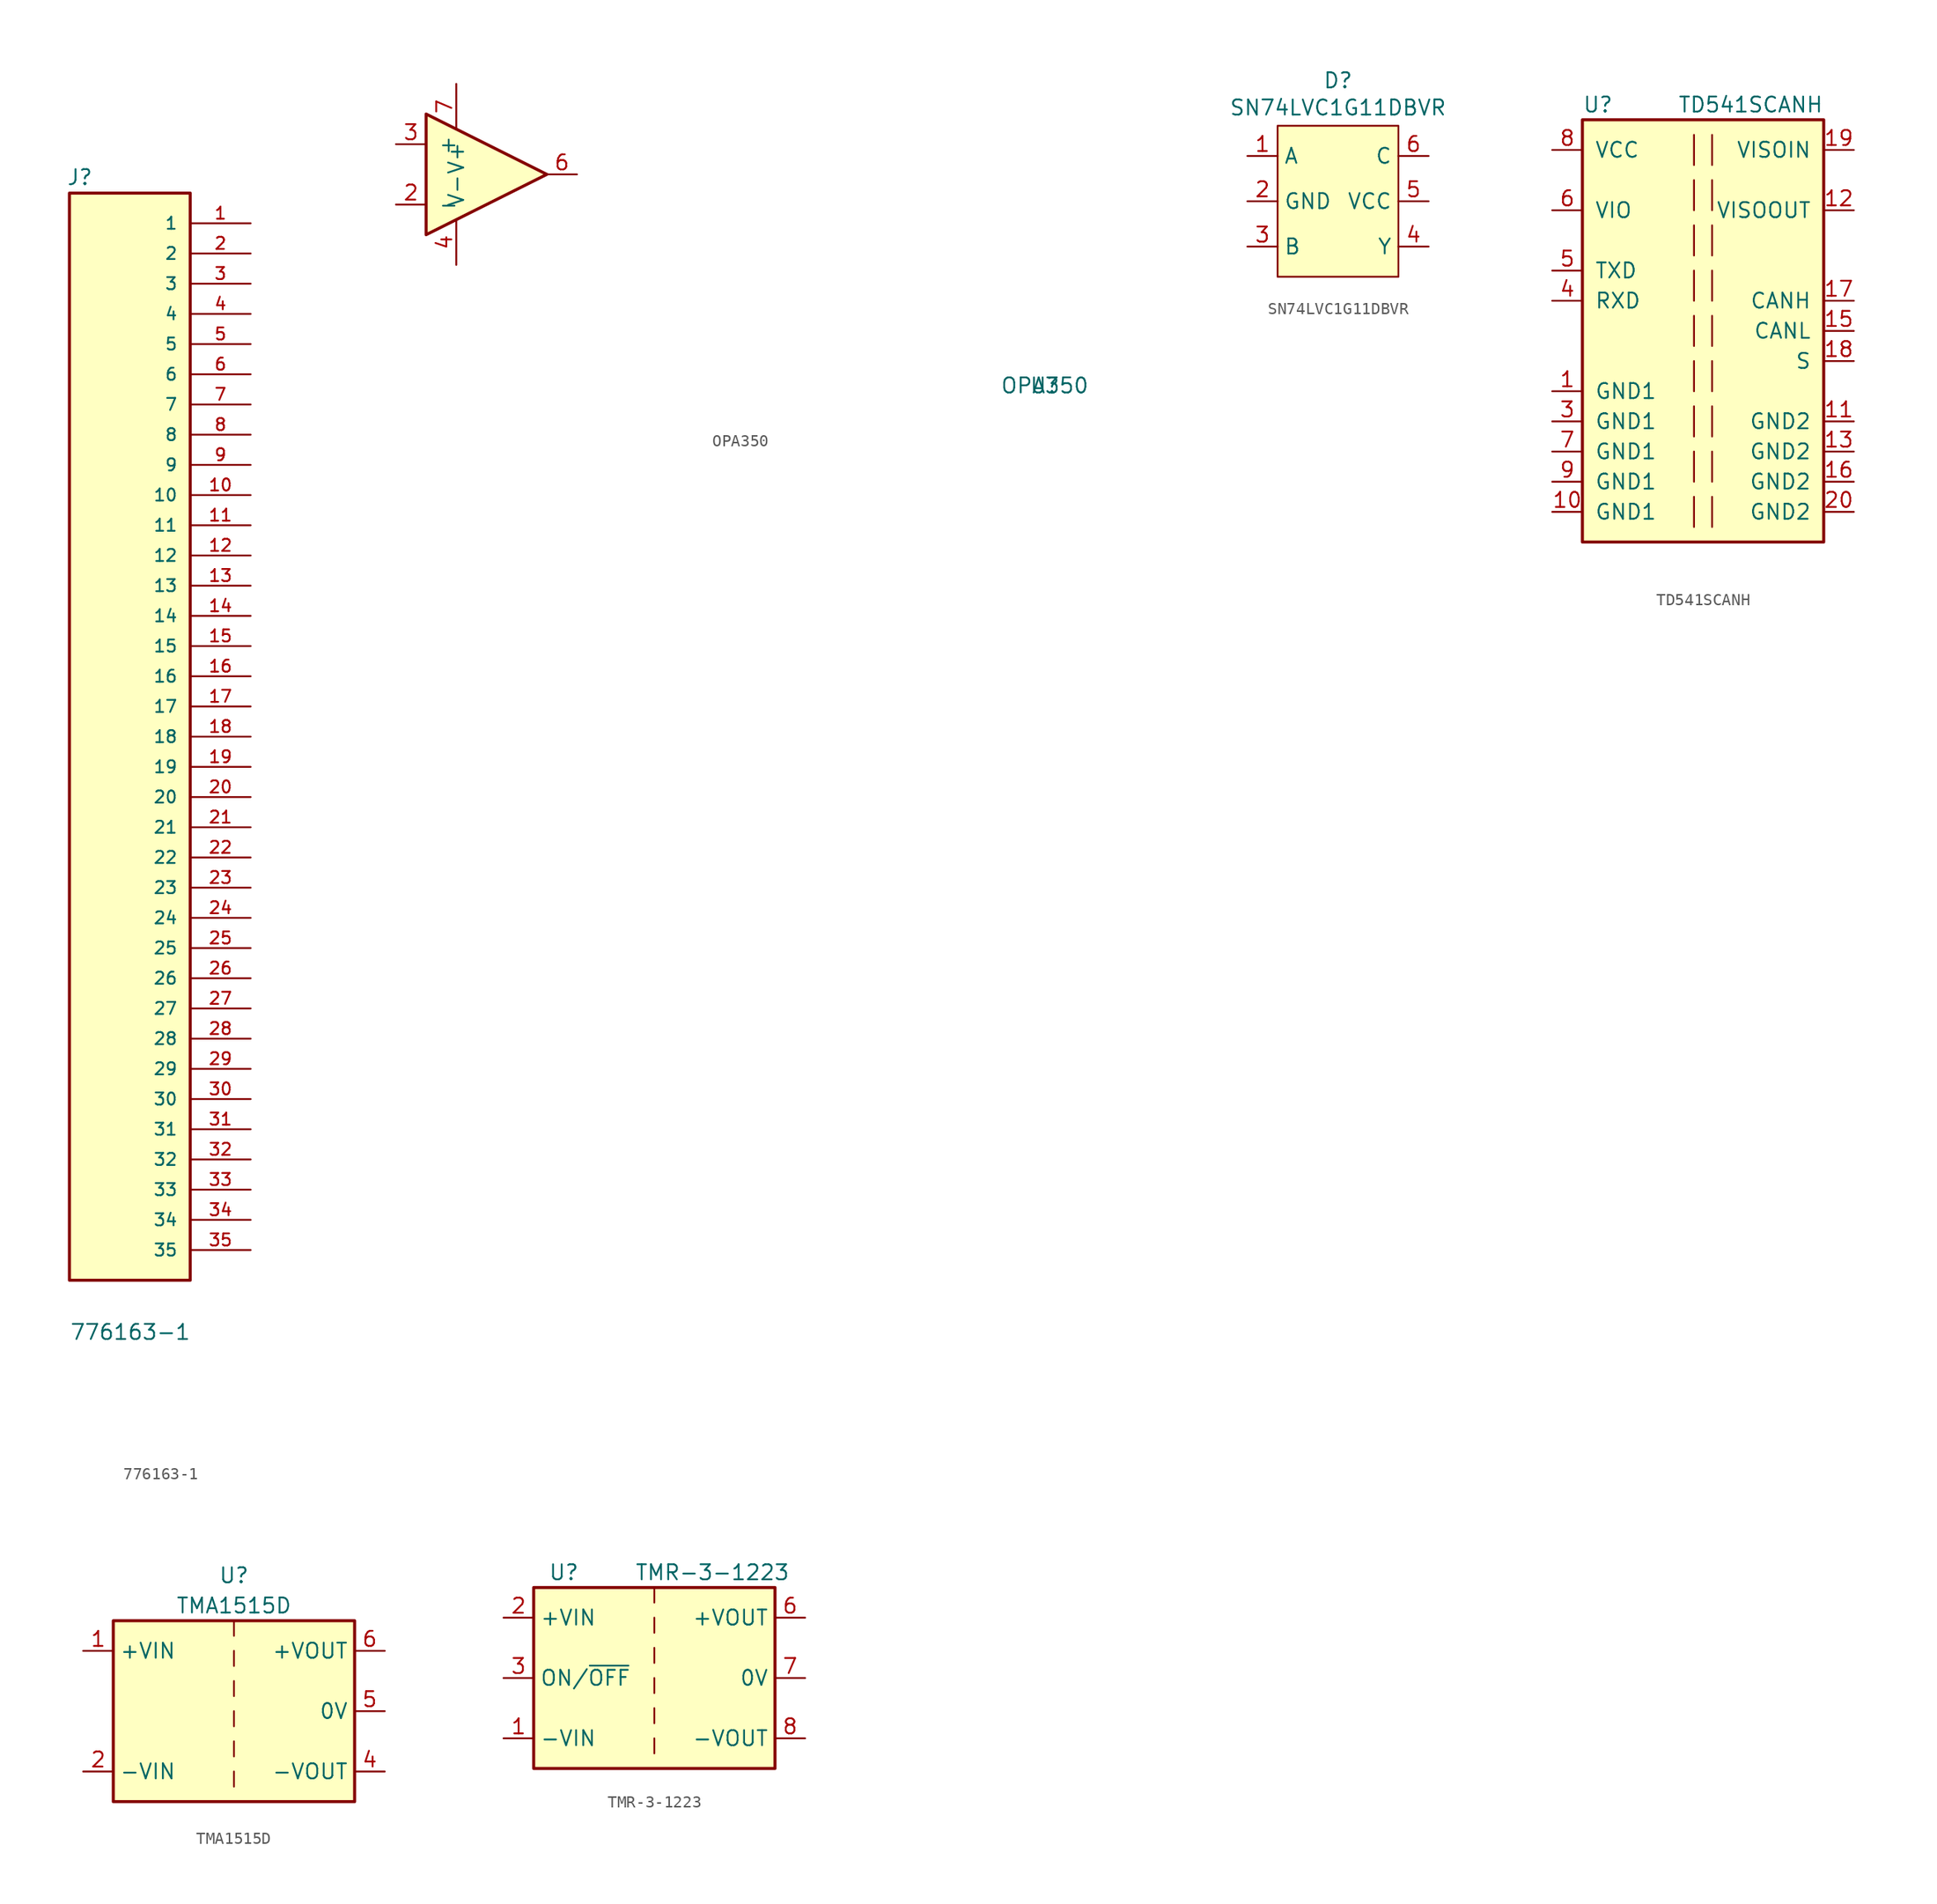
<source format=kicad_sym>
(kicad_symbol_lib
  (version 20231120)
  (generator "kicad_symbol_editor")
  (generator_version "8.0")
  (symbol "776163-1"
    (pin_names
      (offset 1.016))
    (property "Reference" "J"
      (at -5.334 46.304 0)
      (effects (font (size 1.27 1.27)) (justify left bottom)))
    (property "Value" "776163-1"
      (at -5.08 -50.825 0)
      (effects (font (size 1.27 1.27)) (justify left bottom)))
    (symbol "776163-1_0_0"
      (rectangle (start -5.08 -45.72) (end 5.08 45.72) (stroke (width 0.254) (type default)) (fill (type background)))
      (pin passive line (at 10.16 43.18 180) (length 5.08) (name "1" (effects (font (size 1.016 1.016)))) (number "1" (effects (font (size 1.016 1.016)))))
      (pin passive line (at 10.16 20.32 180) (length 5.08) (name "10" (effects (font (size 1.016 1.016)))) (number "10" (effects (font (size 1.016 1.016)))))
      (pin passive line (at 10.16 17.78 180) (length 5.08) (name "11" (effects (font (size 1.016 1.016)))) (number "11" (effects (font (size 1.016 1.016)))))
      (pin passive line (at 10.16 15.24 180) (length 5.08) (name "12" (effects (font (size 1.016 1.016)))) (number "12" (effects (font (size 1.016 1.016)))))
      (pin passive line (at 10.16 12.7 180) (length 5.08) (name "13" (effects (font (size 1.016 1.016)))) (number "13" (effects (font (size 1.016 1.016)))))
      (pin passive line (at 10.16 10.16 180) (length 5.08) (name "14" (effects (font (size 1.016 1.016)))) (number "14" (effects (font (size 1.016 1.016)))))
      (pin passive line (at 10.16 7.62 180) (length 5.08) (name "15" (effects (font (size 1.016 1.016)))) (number "15" (effects (font (size 1.016 1.016)))))
      (pin passive line (at 10.16 5.08 180) (length 5.08) (name "16" (effects (font (size 1.016 1.016)))) (number "16" (effects (font (size 1.016 1.016)))))
      (pin passive line (at 10.16 2.54 180) (length 5.08) (name "17" (effects (font (size 1.016 1.016)))) (number "17" (effects (font (size 1.016 1.016)))))
      (pin passive line (at 10.16 0 180) (length 5.08) (name "18" (effects (font (size 1.016 1.016)))) (number "18" (effects (font (size 1.016 1.016)))))
      (pin passive line (at 10.16 -2.54 180) (length 5.08) (name "19" (effects (font (size 1.016 1.016)))) (number "19" (effects (font (size 1.016 1.016)))))
      (pin passive line (at 10.16 40.64 180) (length 5.08) (name "2" (effects (font (size 1.016 1.016)))) (number "2" (effects (font (size 1.016 1.016)))))
      (pin passive line (at 10.16 -5.08 180) (length 5.08) (name "20" (effects (font (size 1.016 1.016)))) (number "20" (effects (font (size 1.016 1.016)))))
      (pin passive line (at 10.16 -7.62 180) (length 5.08) (name "21" (effects (font (size 1.016 1.016)))) (number "21" (effects (font (size 1.016 1.016)))))
      (pin passive line (at 10.16 -10.16 180) (length 5.08) (name "22" (effects (font (size 1.016 1.016)))) (number "22" (effects (font (size 1.016 1.016)))))
      (pin passive line (at 10.16 -12.7 180) (length 5.08) (name "23" (effects (font (size 1.016 1.016)))) (number "23" (effects (font (size 1.016 1.016)))))
      (pin passive line (at 10.16 -15.24 180) (length 5.08) (name "24" (effects (font (size 1.016 1.016)))) (number "24" (effects (font (size 1.016 1.016)))))
      (pin passive line (at 10.16 -17.78 180) (length 5.08) (name "25" (effects (font (size 1.016 1.016)))) (number "25" (effects (font (size 1.016 1.016)))))
      (pin passive line (at 10.16 -20.32 180) (length 5.08) (name "26" (effects (font (size 1.016 1.016)))) (number "26" (effects (font (size 1.016 1.016)))))
      (pin passive line (at 10.16 -22.86 180) (length 5.08) (name "27" (effects (font (size 1.016 1.016)))) (number "27" (effects (font (size 1.016 1.016)))))
      (pin passive line (at 10.16 -25.4 180) (length 5.08) (name "28" (effects (font (size 1.016 1.016)))) (number "28" (effects (font (size 1.016 1.016)))))
      (pin passive line (at 10.16 -27.94 180) (length 5.08) (name "29" (effects (font (size 1.016 1.016)))) (number "29" (effects (font (size 1.016 1.016)))))
      (pin passive line (at 10.16 38.1 180) (length 5.08) (name "3" (effects (font (size 1.016 1.016)))) (number "3" (effects (font (size 1.016 1.016)))))
      (pin passive line (at 10.16 -30.48 180) (length 5.08) (name "30" (effects (font (size 1.016 1.016)))) (number "30" (effects (font (size 1.016 1.016)))))
      (pin passive line (at 10.16 -33.02 180) (length 5.08) (name "31" (effects (font (size 1.016 1.016)))) (number "31" (effects (font (size 1.016 1.016)))))
      (pin passive line (at 10.16 -35.56 180) (length 5.08) (name "32" (effects (font (size 1.016 1.016)))) (number "32" (effects (font (size 1.016 1.016)))))
      (pin passive line (at 10.16 -38.1 180) (length 5.08) (name "33" (effects (font (size 1.016 1.016)))) (number "33" (effects (font (size 1.016 1.016)))))
      (pin passive line (at 10.16 -40.64 180) (length 5.08) (name "34" (effects (font (size 1.016 1.016)))) (number "34" (effects (font (size 1.016 1.016)))))
      (pin passive line (at 10.16 -43.18 180) (length 5.08) (name "35" (effects (font (size 1.016 1.016)))) (number "35" (effects (font (size 1.016 1.016)))))
      (pin passive line (at 10.16 35.56 180) (length 5.08) (name "4" (effects (font (size 1.016 1.016)))) (number "4" (effects (font (size 1.016 1.016)))))
      (pin passive line (at 10.16 33.02 180) (length 5.08) (name "5" (effects (font (size 1.016 1.016)))) (number "5" (effects (font (size 1.016 1.016)))))
      (pin passive line (at 10.16 30.48 180) (length 5.08) (name "6" (effects (font (size 1.016 1.016)))) (number "6" (effects (font (size 1.016 1.016)))))
      (pin passive line (at 10.16 27.94 180) (length 5.08) (name "7" (effects (font (size 1.016 1.016)))) (number "7" (effects (font (size 1.016 1.016)))))
      (pin passive line (at 10.16 25.4 180) (length 5.08) (name "8" (effects (font (size 1.016 1.016)))) (number "8" (effects (font (size 1.016 1.016)))))
      (pin passive line (at 10.16 22.86 180) (length 5.08) (name "9" (effects (font (size 1.016 1.016)))) (number "9" (effects (font (size 1.016 1.016)))))))
  (symbol "OPA350"
    (pin_names
      (offset 1.016))
    (property "Reference" "U"
      (at 48.26 -17.78 0)
      (effects (font (size 1.27 1.27))))
    (property "Value" "OPA350"
      (at 48.26 -17.78 0)
      (effects (font (size 1.27 1.27))))
    (symbol "OPA350_1_1"
      (polyline (pts (xy -3.81 5.08) (xy 6.35 0) (xy -3.81 -5.08) (xy -3.81 5.08)) (stroke (width 0.254) (type default)) (fill (type background)))
      (pin no_connect line (at -1.27 2.54 270) (length 2.54) hide (name "NC" (effects (font (size 1.27 1.27)))) (number "1" (effects (font (size 1.27 1.27)))))
      (pin input line (at -6.35 -2.54 0) (length 2.54) (name "-" (effects (font (size 1.27 1.27)))) (number "2" (effects (font (size 1.27 1.27)))))
      (pin input line (at -6.35 2.54 0) (length 2.54) (name "+" (effects (font (size 1.27 1.27)))) (number "3" (effects (font (size 1.27 1.27)))))
      (pin power_in line (at -1.27 -7.62 90) (length 3.81) (name "V-" (effects (font (size 1.27 1.27)))) (number "4" (effects (font (size 1.27 1.27)))))
      (pin no_connect line (at 1.27 2.54 270) (length 2.54) hide (name "NC" (effects (font (size 1.27 1.27)))) (number "5" (effects (font (size 1.27 1.27)))))
      (pin output line (at 8.89 0 180) (length 2.54) (name "~" (effects (font (size 1.27 1.27)))) (number "6" (effects (font (size 1.27 1.27)))))
      (pin power_in line (at -1.27 7.62 270) (length 3.81) (name "V+" (effects (font (size 1.27 1.27)))) (number "7" (effects (font (size 1.27 1.27)))))
      (pin no_connect line (at 1.27 -2.54 90) (length 2.54) hide (name "NC" (effects (font (size 1.27 1.27)))) (number "8" (effects (font (size 1.27 1.27)))))))
  (symbol "SN74LVC1G11DBVR"
    (property "Reference" "D"
      (at 0 3.81 0)
      (effects (font (size 1.27 1.27))))
    (property "Value" "SN74LVC1G11DBVR"
      (at 0 1.524 0)
      (effects (font (size 1.27 1.27))))
    (symbol "SN74LVC1G11DBVR_1_1"
      (rectangle (start -5.08 0) (end 5.08 -12.7) (stroke (width 0) (type default)) (fill (type background)))
      (pin input line (at -7.62 -2.54 0) (length 2.54) (name "A" (effects (font (size 1.27 1.27)))) (number "1" (effects (font (size 1.27 1.27)))))
      (pin input line (at -7.62 -6.35 0) (length 2.54) (name "GND" (effects (font (size 1.27 1.27)))) (number "2" (effects (font (size 1.27 1.27)))))
      (pin input line (at -7.62 -10.16 0) (length 2.54) (name "B" (effects (font (size 1.27 1.27)))) (number "3" (effects (font (size 1.27 1.27)))))
      (pin input line (at 7.62 -10.16 180) (length 2.54) (name "Y" (effects (font (size 1.27 1.27)))) (number "4" (effects (font (size 1.27 1.27)))))
      (pin input line (at 7.62 -6.35 180) (length 2.54) (name "VCC" (effects (font (size 1.27 1.27)))) (number "5" (effects (font (size 1.27 1.27)))))
      (pin input line (at 7.62 -2.54 180) (length 2.54) (name "C" (effects (font (size 1.27 1.27)))) (number "6" (effects (font (size 1.27 1.27)))))))
  (symbol "TD541SCANH"
    (pin_names
      (offset 1.016))
    (property "Reference" "U"
      (at -10.16 19.05 0)
      (effects (font (size 1.27 1.27)) (justify left)))
    (property "Value" "TD541SCANH"
      (at 10.16 19.05 0)
      (effects (font (size 1.27 1.27)) (justify right)))
    (symbol "TD541SCANH_0_1"
      (rectangle (start -10.16 17.78) (end 10.16 -17.78) (stroke (width 0.254) (type default)) (fill (type background)))
      (polyline (pts (xy -0.762 -13.97) (xy -0.762 -16.51)) (stroke (width 0) (type default)) (fill (type none)))
      (polyline (pts (xy -0.762 -10.16) (xy -0.762 -12.7)) (stroke (width 0) (type default)) (fill (type none)))
      (polyline (pts (xy -0.762 -6.35) (xy -0.762 -8.89)) (stroke (width 0) (type default)) (fill (type none)))
      (polyline (pts (xy -0.762 -2.54) (xy -0.762 -5.08)) (stroke (width 0) (type default)) (fill (type none)))
      (polyline (pts (xy -0.762 1.27) (xy -0.762 -1.27)) (stroke (width 0) (type default)) (fill (type none)))
      (polyline (pts (xy -0.762 5.08) (xy -0.762 2.54)) (stroke (width 0) (type default)) (fill (type none)))
      (polyline (pts (xy -0.762 8.89) (xy -0.762 6.35)) (stroke (width 0) (type default)) (fill (type none)))
      (polyline (pts (xy -0.762 12.7) (xy -0.762 10.16)) (stroke (width 0) (type default)) (fill (type none)))
      (polyline (pts (xy -0.762 16.51) (xy -0.762 13.97)) (stroke (width 0) (type default)) (fill (type none)))
      (polyline (pts (xy 0.762 -13.97) (xy 0.762 -16.51)) (stroke (width 0) (type default)) (fill (type none)))
      (polyline (pts (xy 0.762 -10.16) (xy 0.762 -12.7)) (stroke (width 0) (type default)) (fill (type none)))
      (polyline (pts (xy 0.762 -6.35) (xy 0.762 -8.89)) (stroke (width 0) (type default)) (fill (type none)))
      (polyline (pts (xy 0.762 -2.54) (xy 0.762 -5.08)) (stroke (width 0) (type default)) (fill (type none)))
      (polyline (pts (xy 0.762 1.27) (xy 0.762 -1.27)) (stroke (width 0) (type default)) (fill (type none)))
      (polyline (pts (xy 0.762 2.54) (xy 0.762 5.08)) (stroke (width 0) (type default)) (fill (type none)))
      (polyline (pts (xy 0.762 6.35) (xy 0.762 8.89)) (stroke (width 0) (type default)) (fill (type none)))
      (polyline (pts (xy 0.762 10.16) (xy 0.762 12.7)) (stroke (width 0) (type default)) (fill (type none)))
      (polyline (pts (xy 0.762 13.97) (xy 0.762 16.51)) (stroke (width 0) (type default)) (fill (type none))))
    (symbol "TD541SCANH_1_1"
      (pin power_in line (at -12.7 -5.08 0) (length 2.54) (name "GND1" (effects (font (size 1.27 1.27)))) (number "1" (effects (font (size 1.27 1.27)))))
      (pin power_in line (at -12.7 -15.24 0) (length 2.54) (name "GND1" (effects (font (size 1.27 1.27)))) (number "10" (effects (font (size 1.27 1.27)))))
      (pin power_in line (at 12.7 -7.62 180) (length 2.54) (name "GND2" (effects (font (size 1.27 1.27)))) (number "11" (effects (font (size 1.27 1.27)))))
      (pin power_out line (at 12.7 10.16 180) (length 2.54) (name "VISOOUT" (effects (font (size 1.27 1.27)))) (number "12" (effects (font (size 1.27 1.27)))))
      (pin power_in line (at 12.7 -10.16 180) (length 2.54) (name "GND2" (effects (font (size 1.27 1.27)))) (number "13" (effects (font (size 1.27 1.27)))))
      (pin no_connect line (at 3.81 -17.78 90) (length 2.54) hide (name "NC" (effects (font (size 1.27 1.27)))) (number "14" (effects (font (size 1.27 1.27)))))
      (pin bidirectional line (at 12.7 0 180) (length 2.54) (name "CANL" (effects (font (size 1.27 1.27)))) (number "15" (effects (font (size 1.27 1.27)))))
      (pin power_in line (at 12.7 -12.7 180) (length 2.54) (name "GND2" (effects (font (size 1.27 1.27)))) (number "16" (effects (font (size 1.27 1.27)))))
      (pin bidirectional line (at 12.7 2.54 180) (length 2.54) (name "CANH" (effects (font (size 1.27 1.27)))) (number "17" (effects (font (size 1.27 1.27)))))
      (pin input line (at 12.7 -2.54 180) (length 2.54) (name "S" (effects (font (size 1.27 1.27)))) (number "18" (effects (font (size 1.27 1.27)))))
      (pin power_in line (at 12.7 15.24 180) (length 2.54) (name "VISOIN" (effects (font (size 1.27 1.27)))) (number "19" (effects (font (size 1.27 1.27)))))
      (pin no_connect line (at -2.54 -17.78 90) (length 2.54) hide (name "NC" (effects (font (size 1.27 1.27)))) (number "2" (effects (font (size 1.27 1.27)))))
      (pin power_in line (at 12.7 -15.24 180) (length 2.54) (name "GND2" (effects (font (size 1.27 1.27)))) (number "20" (effects (font (size 1.27 1.27)))))
      (pin power_in line (at -12.7 -7.62 0) (length 2.54) (name "GND1" (effects (font (size 1.27 1.27)))) (number "3" (effects (font (size 1.27 1.27)))))
      (pin output line (at -12.7 2.54 0) (length 2.54) (name "RXD" (effects (font (size 1.27 1.27)))) (number "4" (effects (font (size 1.27 1.27)))))
      (pin input line (at -12.7 5.08 0) (length 2.54) (name "TXD" (effects (font (size 1.27 1.27)))) (number "5" (effects (font (size 1.27 1.27)))))
      (pin power_in line (at -12.7 10.16 0) (length 2.54) (name "VIO" (effects (font (size 1.27 1.27)))) (number "6" (effects (font (size 1.27 1.27)))))
      (pin power_in line (at -12.7 -10.16 0) (length 2.54) (name "GND1" (effects (font (size 1.27 1.27)))) (number "7" (effects (font (size 1.27 1.27)))))
      (pin power_in line (at -12.7 15.24 0) (length 2.54) (name "VCC" (effects (font (size 1.27 1.27)))) (number "8" (effects (font (size 1.27 1.27)))))
      (pin power_in line (at -12.7 -12.7 0) (length 2.54) (name "GND1" (effects (font (size 1.27 1.27)))) (number "9" (effects (font (size 1.27 1.27)))))))
  (symbol "TMA1515D"
    (property "Reference" "U"
      (at 0 11.43 0)
      (effects (font (size 1.27 1.27))))
    (property "Value" "TMA1515D"
      (at 0 8.89 0)
      (effects (font (size 1.27 1.27))))
    (symbol "TMA1515D_0_1"
      (rectangle (start -10.16 7.62) (end 10.16 -7.62) (stroke (width 0.254) (type default)) (fill (type background)))
      (polyline (pts (xy 0 -5.08) (xy 0 -6.35)) (stroke (width 0) (type default)) (fill (type none)))
      (polyline (pts (xy 0 -2.54) (xy 0 -3.81)) (stroke (width 0) (type default)) (fill (type none)))
      (polyline (pts (xy 0 0) (xy 0 -1.27)) (stroke (width 0) (type default)) (fill (type none)))
      (polyline (pts (xy 0 2.54) (xy 0 1.27)) (stroke (width 0) (type default)) (fill (type none)))
      (polyline (pts (xy 0 5.08) (xy 0 3.81)) (stroke (width 0) (type default)) (fill (type none)))
      (polyline (pts (xy 0 7.62) (xy 0 6.35)) (stroke (width 0) (type default)) (fill (type none))))
    (symbol "TMA1515D_1_1"
      (pin power_in line (at -12.7 5.08 0) (length 2.54) (name "+VIN" (effects (font (size 1.27 1.27)))) (number "1" (effects (font (size 1.27 1.27)))))
      (pin power_in line (at -12.7 -5.08 0) (length 2.54) (name "-VIN" (effects (font (size 1.27 1.27)))) (number "2" (effects (font (size 1.27 1.27)))))
      (pin power_out line (at 12.7 -5.08 180) (length 2.54) (name "-VOUT" (effects (font (size 1.27 1.27)))) (number "4" (effects (font (size 1.27 1.27)))))
      (pin power_out line (at 12.7 0 180) (length 2.54) (name "0V" (effects (font (size 1.27 1.27)))) (number "5" (effects (font (size 1.27 1.27)))))
      (pin power_out line (at 12.7 5.08 180) (length 2.54) (name "+VOUT" (effects (font (size 1.27 1.27)))) (number "6" (effects (font (size 1.27 1.27)))))))
  (symbol "TMR-3-1223"
    (property "Reference" "U"
      (at -7.62 8.89 0)
      (effects (font (size 1.27 1.27))))
    (property "Value" "TMR-3-1223"
      (at 11.43 8.89 0)
      (effects (font (size 1.27 1.27)) (justify right)))
    (symbol "TMR-3-1223_0_1"
      (rectangle (start -10.16 7.62) (end 10.16 -7.62) (stroke (width 0.254) (type default)) (fill (type background)))
      (polyline (pts (xy 0 -5.08) (xy 0 -6.35)) (stroke (width 0) (type default)) (fill (type none)))
      (polyline (pts (xy 0 -2.54) (xy 0 -3.81)) (stroke (width 0) (type default)) (fill (type none)))
      (polyline (pts (xy 0 0) (xy 0 -1.27)) (stroke (width 0) (type default)) (fill (type none)))
      (polyline (pts (xy 0 2.54) (xy 0 1.27)) (stroke (width 0) (type default)) (fill (type none)))
      (polyline (pts (xy 0 5.08) (xy 0 3.81)) (stroke (width 0) (type default)) (fill (type none)))
      (polyline (pts (xy 0 7.62) (xy 0 6.35)) (stroke (width 0) (type default)) (fill (type none))))
    (symbol "TMR-3-1223_1_1"
      (pin power_in line (at -12.7 -5.08 0) (length 2.54) (name "-VIN" (effects (font (size 1.27 1.27)))) (number "1" (effects (font (size 1.27 1.27)))))
      (pin power_in line (at -12.7 5.08 0) (length 2.54) (name "+VIN" (effects (font (size 1.27 1.27)))) (number "2" (effects (font (size 1.27 1.27)))))
      (pin input line (at -12.7 0 0) (length 2.54) (name "ON/~{OFF}" (effects (font (size 1.27 1.27)))) (number "3" (effects (font (size 1.27 1.27)))))
      (pin no_connect line (at 10.16 -2.54 180) (length 2.54) hide (name "NC" (effects (font (size 1.27 1.27)))) (number "5" (effects (font (size 1.27 1.27)))))
      (pin power_out line (at 12.7 5.08 180) (length 2.54) (name "+VOUT" (effects (font (size 1.27 1.27)))) (number "6" (effects (font (size 1.27 1.27)))))
      (pin power_out line (at 12.7 0 180) (length 2.54) (name "0V" (effects (font (size 1.27 1.27)))) (number "7" (effects (font (size 1.27 1.27)))))
      (pin power_out line (at 12.7 -5.08 180) (length 2.54) (name "-VOUT" (effects (font (size 1.27 1.27)))) (number "8" (effects (font (size 1.27 1.27))))))))
</source>
